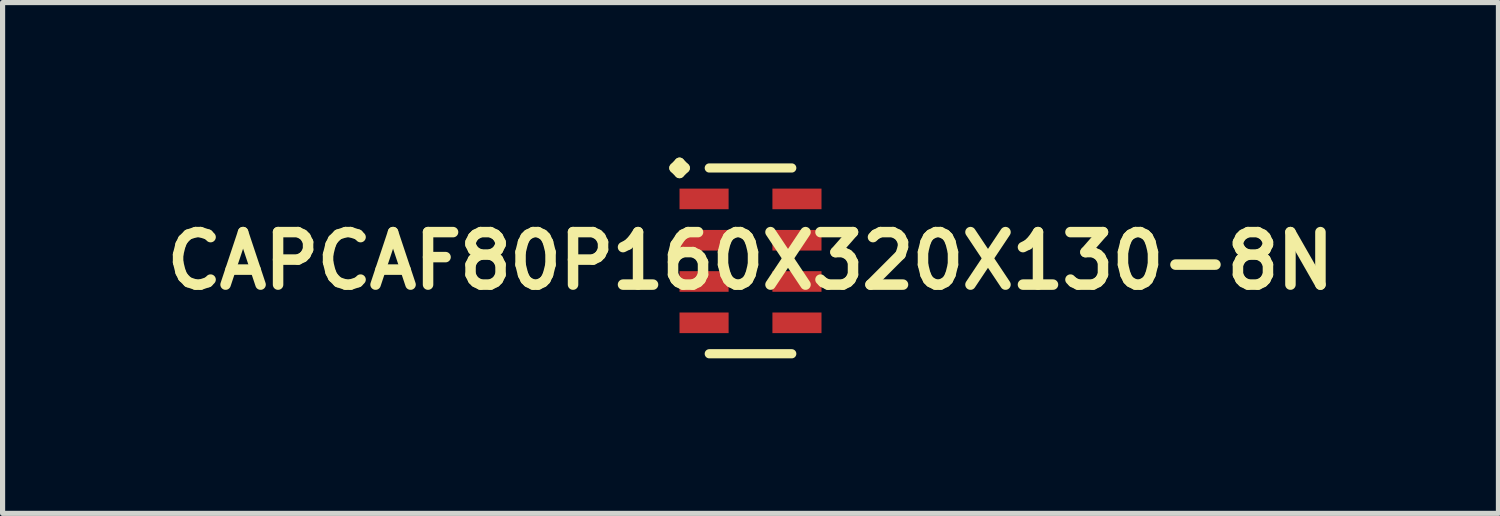
<source format=kicad_pcb>
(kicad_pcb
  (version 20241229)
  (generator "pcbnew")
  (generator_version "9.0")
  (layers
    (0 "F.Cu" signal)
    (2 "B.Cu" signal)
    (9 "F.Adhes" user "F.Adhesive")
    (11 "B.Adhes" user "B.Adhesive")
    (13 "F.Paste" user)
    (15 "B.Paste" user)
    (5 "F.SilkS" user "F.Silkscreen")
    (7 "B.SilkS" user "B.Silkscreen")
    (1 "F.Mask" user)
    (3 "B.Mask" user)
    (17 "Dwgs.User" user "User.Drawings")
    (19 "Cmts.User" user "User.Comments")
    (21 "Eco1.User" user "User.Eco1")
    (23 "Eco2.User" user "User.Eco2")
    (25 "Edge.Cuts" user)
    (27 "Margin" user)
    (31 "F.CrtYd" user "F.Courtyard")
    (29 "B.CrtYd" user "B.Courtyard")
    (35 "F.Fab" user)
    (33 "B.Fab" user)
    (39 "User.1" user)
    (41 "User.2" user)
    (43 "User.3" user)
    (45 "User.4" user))
  (footprint "CAPCAF80P160X320X130-8N"
    (layer "F.Cu")
    (at 11.476 1.999)
    (property "Reference" "CAPCAF80P160X320X130-8N" (at 0 0 0) (layer "F.SilkS") (effects (font (size 1.016 1.016) (thickness 0.203))))
    (attr smd)
    (fp_line (start -1.473 -1.798) (end -1.374 -1.9) (stroke (width 0.198) (type solid)) (layer "F.SilkS"))
    (fp_line (start -1.374 -1.9) (end -1.273 -1.798) (stroke (width 0.198) (type solid)) (layer "F.SilkS"))
    (fp_line (start -1.374 -1.699) (end -1.473 -1.798) (stroke (width 0.198) (type solid)) (layer "F.SilkS"))
    (fp_line (start -1.273 -1.798) (end -1.374 -1.699) (stroke (width 0.198) (type solid)) (layer "F.SilkS"))
    (fp_line (start -0.798 -1.798) (end 0.798 -1.798) (stroke (width 0.178) (type solid)) (layer "F.SilkS"))
    (fp_line (start -0.798 1.798) (end 0.798 1.798) (stroke (width 0.178) (type solid)) (layer "F.SilkS"))
    (pad "1" smd rect (at -0.899 -1.199) (size 0.95 0.399) (layers "F.Cu" "F.Mask" "F.Paste"))
    (pad "2" smd rect (at -0.899 -0.399) (size 0.95 0.399) (layers "F.Cu" "F.Mask" "F.Paste"))
    (pad "3" smd rect (at -0.899 0.399) (size 0.95 0.399) (layers "F.Cu" "F.Mask" "F.Paste"))
    (pad "4" smd rect (at -0.899 1.199) (size 0.95 0.399) (layers "F.Cu" "F.Mask" "F.Paste"))
    (pad "5" smd rect (at 0.899 1.199) (size 0.95 0.399) (layers "F.Cu" "F.Mask" "F.Paste"))
    (pad "6" smd rect (at 0.899 0.399) (size 0.95 0.399) (layers "F.Cu" "F.Mask" "F.Paste"))
    (pad "7" smd rect (at 0.899 -0.399) (size 0.95 0.399) (layers "F.Cu" "F.Mask" "F.Paste"))
    (pad "8" smd rect (at 0.899 -1.199) (size 0.95 0.399) (layers "F.Cu" "F.Mask" "F.Paste")))
  (gr_rect
    (start -3 -3)
    (end 25.952 6.886)
    (stroke (width 0.1) (type default))
    (fill no)
    (layer "Edge.Cuts")))
</source>
